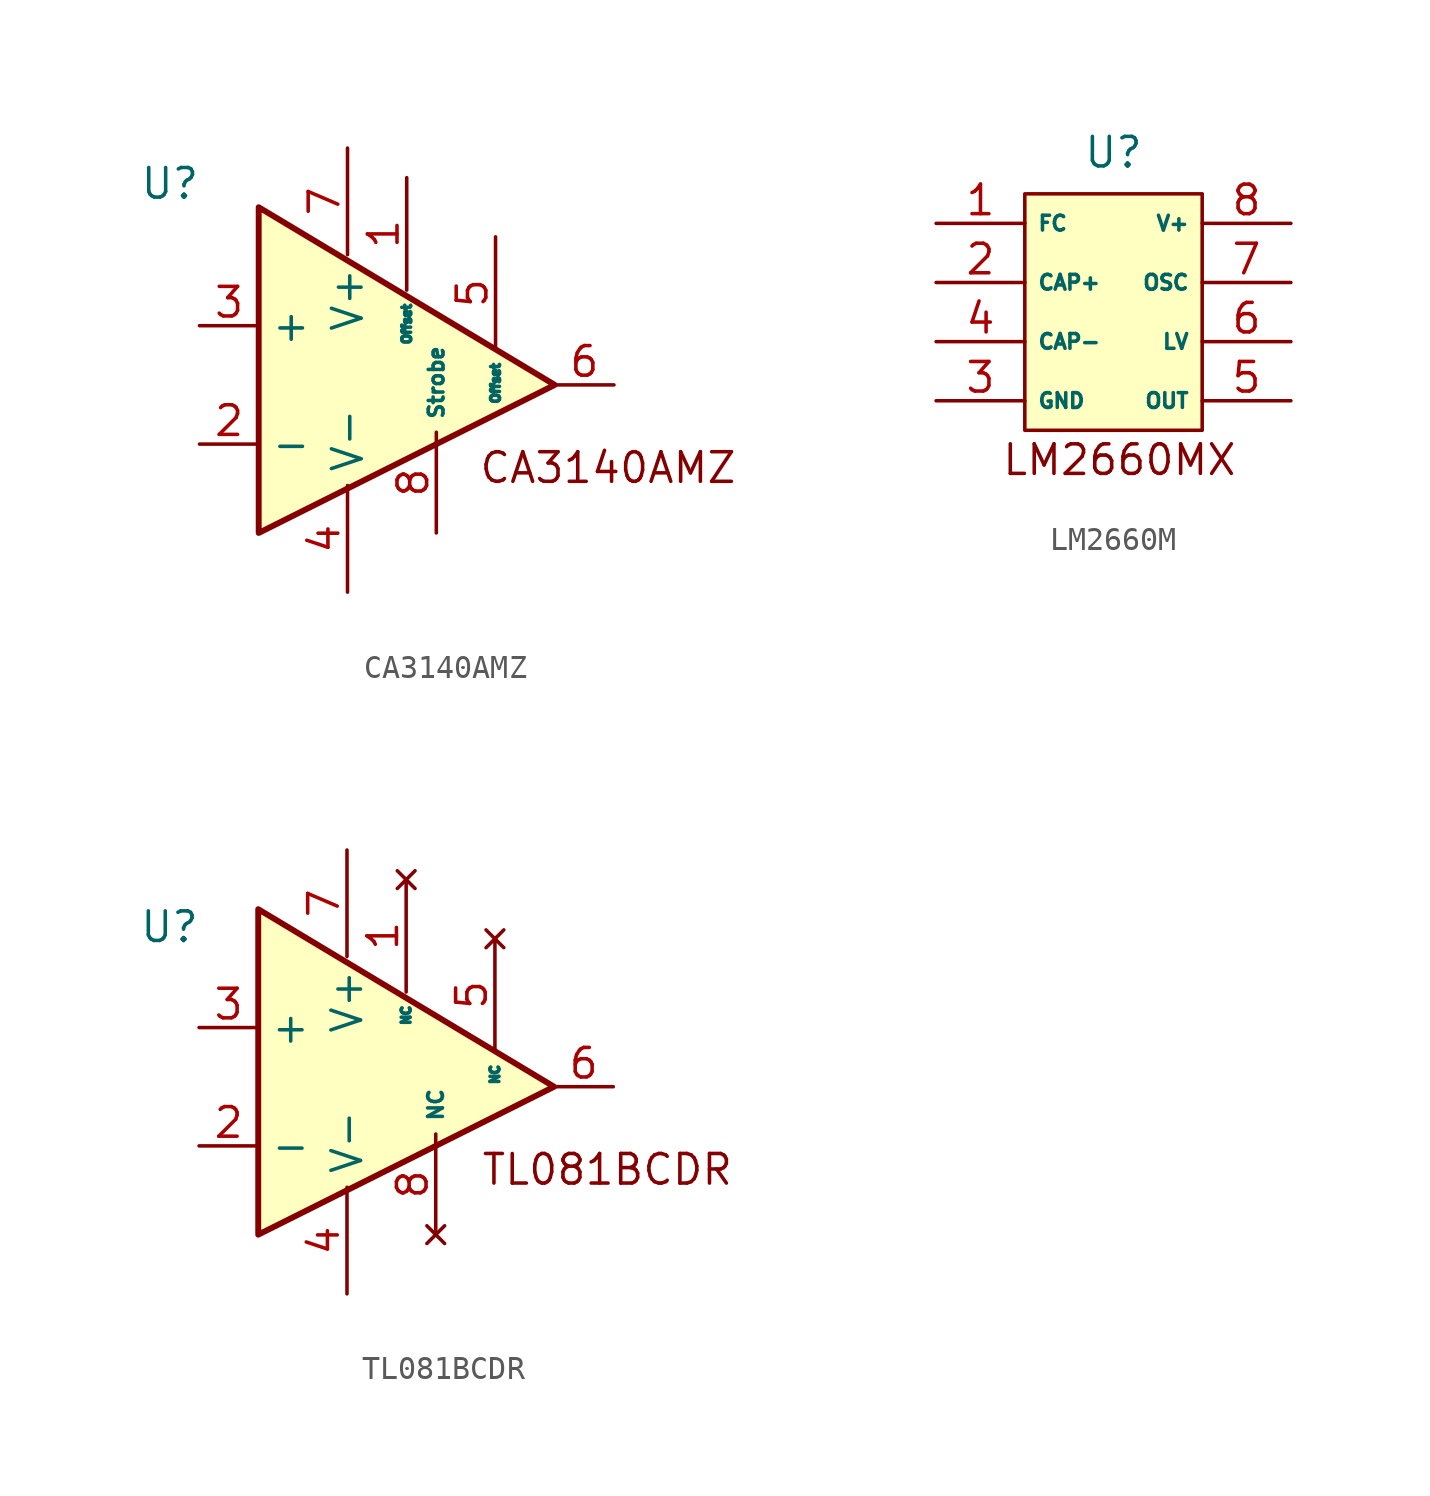
<source format=kicad_sym>
(kicad_symbol_lib
  (version 20241209)
  (generator "kicad_symbol_editor")
  (generator_version "9.0")
  (symbol "CA3140AMZ"
    (property "Reference" "U"
      (at -8.89 8.636 0)
      (effects (font (size 1.27 1.27))))
    (property "Value" ""
      (at -1.27 0 0)
      (effects (font (size 1.27 1.27))))
    (symbol "CA3140AMZ_1_1"
      (polyline (pts (xy -5.08 7.62) (xy 7.62 0) (xy -5.08 -6.35) (xy -5.08 7.62)) (stroke (width 0.254) (type default)) (fill (type background)))
      (text "CA3140AMZ" (at 9.906 -3.556 0) (effects (font (size 1.27 1.27))))
      (pin input line (at -7.62 2.54 0) (length 2.54) (name "+" (effects (font (size 1.27 1.27)))) (number "3" (effects (font (size 1.27 1.27)))))
      (pin input line (at -7.62 -2.54 0) (length 2.54) (name "-" (effects (font (size 1.27 1.27)))) (number "2" (effects (font (size 1.27 1.27)))))
      (pin power_in line (at -1.27 10.16 270) (length 4.572) (name "V+" (effects (font (size 1.27 1.27)))) (number "7" (effects (font (size 1.27 1.27)))))
      (pin power_in line (at -1.27 -8.89 90) (length 4.572) (name "V-" (effects (font (size 1.27 1.27)))) (number "4" (effects (font (size 1.27 1.27)))))
      (pin input line (at 1.27 8.89 270) (length 4.826) (name "Offset" (effects (font (size 0.381 0.381)))) (number "1" (effects (font (size 1.27 1.27)))))
      (pin input line (at 2.54 -6.35 90) (length 4.318) (name "Strobe" (effects (font (size 0.635 0.635)))) (number "8" (effects (font (size 1.27 1.27)))))
      (pin input line (at 5.08 6.35 270) (length 4.826) (name "Offset" (effects (font (size 0.381 0.381)))) (number "5" (effects (font (size 1.27 1.27)))))
      (pin output line (at 10.16 0 180) (length 2.54) (name "~" (effects (font (size 1.27 1.27)))) (number "6" (effects (font (size 1.27 1.27)))))))
  (symbol "LM2660M"
    (property "Reference" "U"
      (at 0 6.858 0)
      (effects (font (size 1.27 1.27))))
    (property "Value" ""
      (at 0 1.27 0)
      (effects (font (size 1.27 1.27))))
    (symbol "LM2660M_1_1"
      (rectangle (start -3.81 5.08) (end 3.81 -5.08) (stroke (width 0) (type solid)) (fill (type background)))
      (text "LM2660MX" (at 0.254 -6.35 0) (effects (font (size 1.27 1.27))))
      (pin input line (at -7.62 3.81 0) (length 3.81) (name "FC" (effects (font (size 0.635 0.635)))) (number "1" (effects (font (size 1.27 1.27)))))
      (pin input line (at -7.62 1.27 0) (length 3.81) (name "CAP+" (effects (font (size 0.635 0.635)))) (number "2" (effects (font (size 1.27 1.27)))))
      (pin input line (at -7.62 -1.27 0) (length 3.81) (name "CAP-" (effects (font (size 0.635 0.635)))) (number "4" (effects (font (size 1.27 1.27)))))
      (pin power_in line (at -7.62 -3.81 0) (length 3.81) (name "GND" (effects (font (size 0.635 0.635)))) (number "3" (effects (font (size 1.27 1.27)))))
      (pin power_in line (at 7.62 3.81 180) (length 3.81) (name "V+" (effects (font (size 0.635 0.635)))) (number "8" (effects (font (size 1.27 1.27)))))
      (pin input line (at 7.62 1.27 180) (length 3.81) (name "OSC" (effects (font (size 0.635 0.635)))) (number "7" (effects (font (size 1.27 1.27)))))
      (pin input line (at 7.62 -1.27 180) (length 3.81) (name "LV" (effects (font (size 0.635 0.635)))) (number "6" (effects (font (size 1.27 1.27)))))
      (pin power_out line (at 7.62 -3.81 180) (length 3.81) (name "OUT" (effects (font (size 0.635 0.635)))) (number "5" (effects (font (size 1.27 1.27)))))))
  (symbol "TL081BCDR"
    (property "Reference" "U"
      (at -8.89 6.858 0)
      (effects (font (size 1.27 1.27))))
    (property "Value" ""
      (at 0 0 0)
      (effects (font (size 1.27 1.27))))
    (symbol "TL081BCDR_1_1"
      (polyline (pts (xy -5.08 7.62) (xy 7.62 0) (xy -5.08 -6.35) (xy -5.08 7.62)) (stroke (width 0.254) (type default)) (fill (type background)))
      (text "TL081BCDR" (at 9.906 -3.556 0) (effects (font (size 1.27 1.27))))
      (pin input line (at -7.62 2.54 0) (length 2.54) (name "+" (effects (font (size 1.27 1.27)))) (number "3" (effects (font (size 1.27 1.27)))))
      (pin input line (at -7.62 -2.54 0) (length 2.54) (name "-" (effects (font (size 1.27 1.27)))) (number "2" (effects (font (size 1.27 1.27)))))
      (pin power_in line (at -1.27 10.16 270) (length 4.572) (name "V+" (effects (font (size 1.27 1.27)))) (number "7" (effects (font (size 1.27 1.27)))))
      (pin power_in line (at -1.27 -8.89 90) (length 4.572) (name "V-" (effects (font (size 1.27 1.27)))) (number "4" (effects (font (size 1.27 1.27)))))
      (pin no_connect line (at 1.27 8.89 270) (length 4.826) (name "NC" (effects (font (size 0.381 0.381)))) (number "1" (effects (font (size 1.27 1.27)))))
      (pin no_connect line (at 2.54 -6.35 90) (length 4.318) (name "NC" (effects (font (size 0.635 0.635)))) (number "8" (effects (font (size 1.27 1.27)))))
      (pin no_connect line (at 5.08 6.35 270) (length 4.826) (name "NC" (effects (font (size 0.381 0.381)))) (number "5" (effects (font (size 1.27 1.27)))))
      (pin output line (at 10.16 0 180) (length 2.54) (name "~" (effects (font (size 1.27 1.27)))) (number "6" (effects (font (size 1.27 1.27))))))))
</source>
